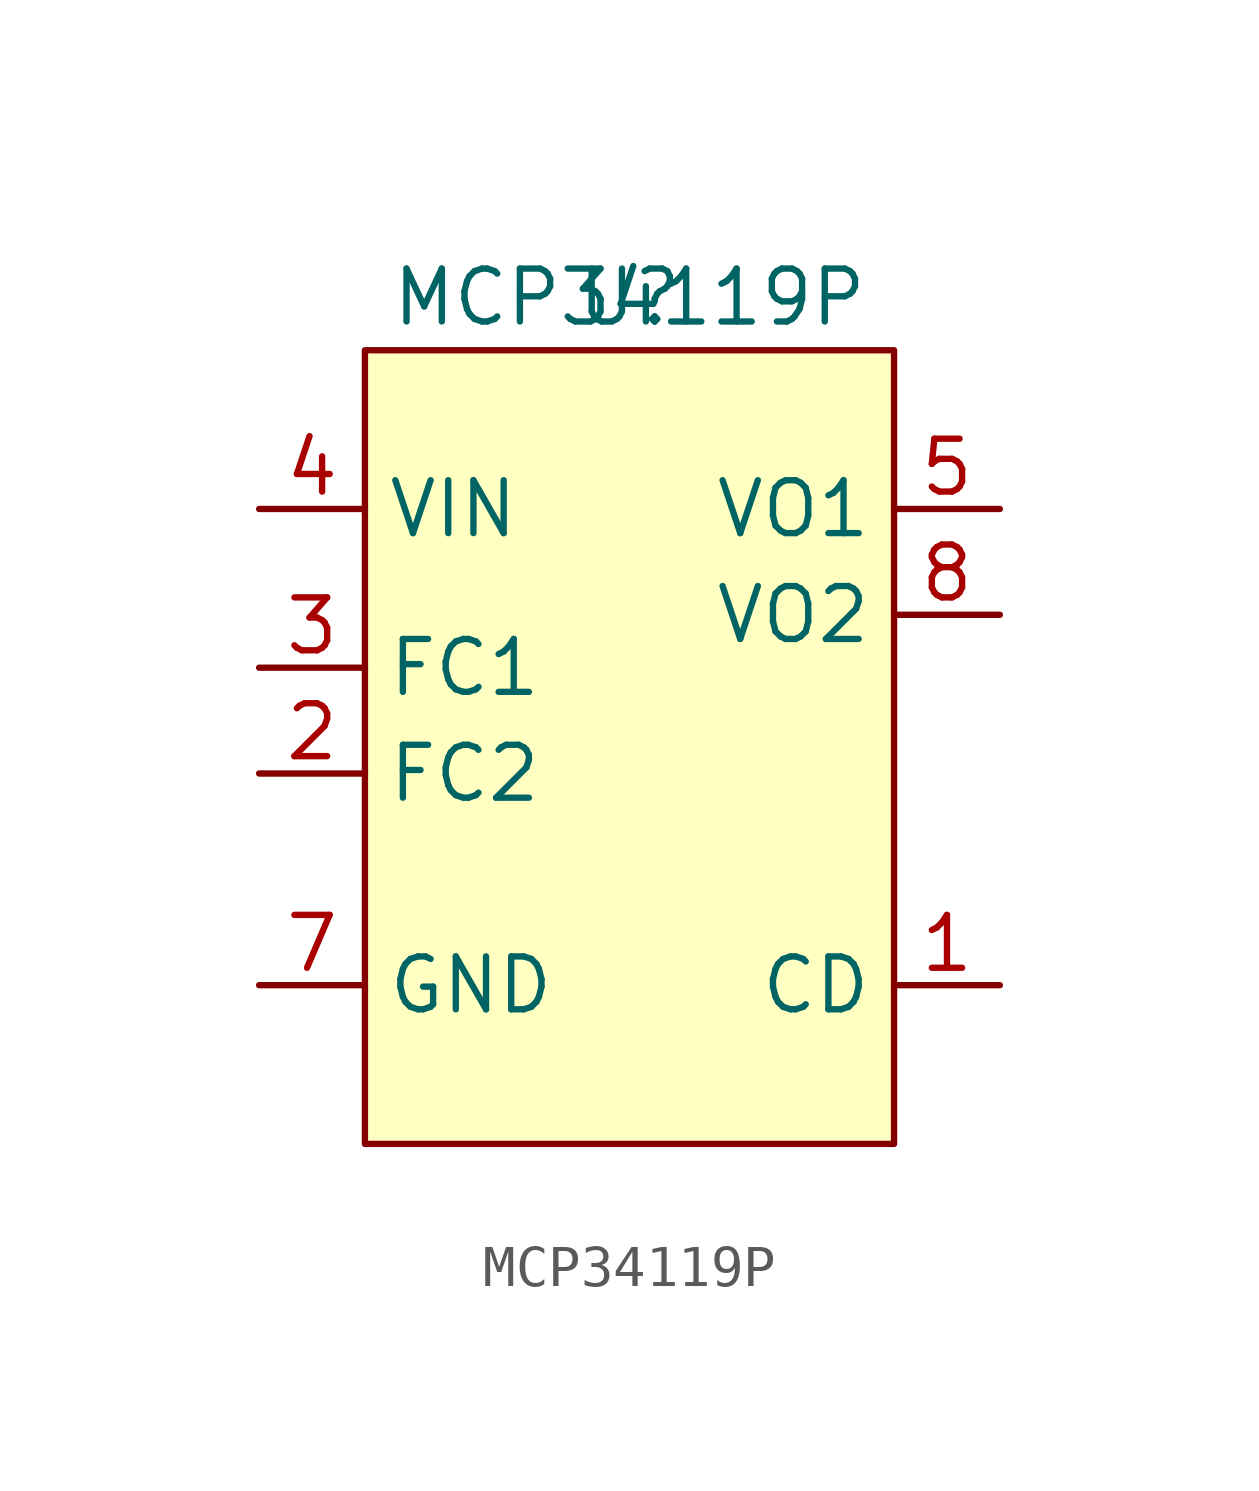
<source format=kicad_sym>
(kicad_symbol_lib
  (version 20220914)
  (generator kicad_symbol_editor)
  (symbol "MCP34119P"
    (property "Reference" "U"
      (at 0 10.16 0)
      (effects (font (size 1.27 1.27))))
    (property "Value" "MCP34119P"
      (at 0 10.16 0)
      (effects (font (size 1.27 1.27))))
    (symbol "MCP34119P_1_1"
      (rectangle (start -6.35 8.89) (end 6.35 -10.16) (stroke (width 0) (type default)) (fill (type background)))
      (pin input line (at 8.89 -6.35 180) (length 2.54) (name "CD" (effects (font (size 1.27 1.27)))) (number "1" (effects (font (size 1.27 1.27)))))
      (pin input line (at -8.89 -1.27 0) (length 2.54) (name "FC2" (effects (font (size 1.27 1.27)))) (number "2" (effects (font (size 1.27 1.27)))))
      (pin input line (at -8.89 1.27 0) (length 2.54) (name "FC1" (effects (font (size 1.27 1.27)))) (number "3" (effects (font (size 1.27 1.27)))))
      (pin input line (at -8.89 5.08 0) (length 2.54) (name "VIN" (effects (font (size 1.27 1.27)))) (number "4" (effects (font (size 1.27 1.27)))))
      (pin input line (at 8.89 5.08 180) (length 2.54) (name "VO1" (effects (font (size 1.27 1.27)))) (number "5" (effects (font (size 1.27 1.27)))))
      (pin input line (at -8.89 -6.35 0) (length 2.54) (name "GND" (effects (font (size 1.27 1.27)))) (number "7" (effects (font (size 1.27 1.27)))))
      (pin input line (at 8.89 2.54 180) (length 2.54) (name "VO2" (effects (font (size 1.27 1.27)))) (number "8" (effects (font (size 1.27 1.27))))))))
</source>
